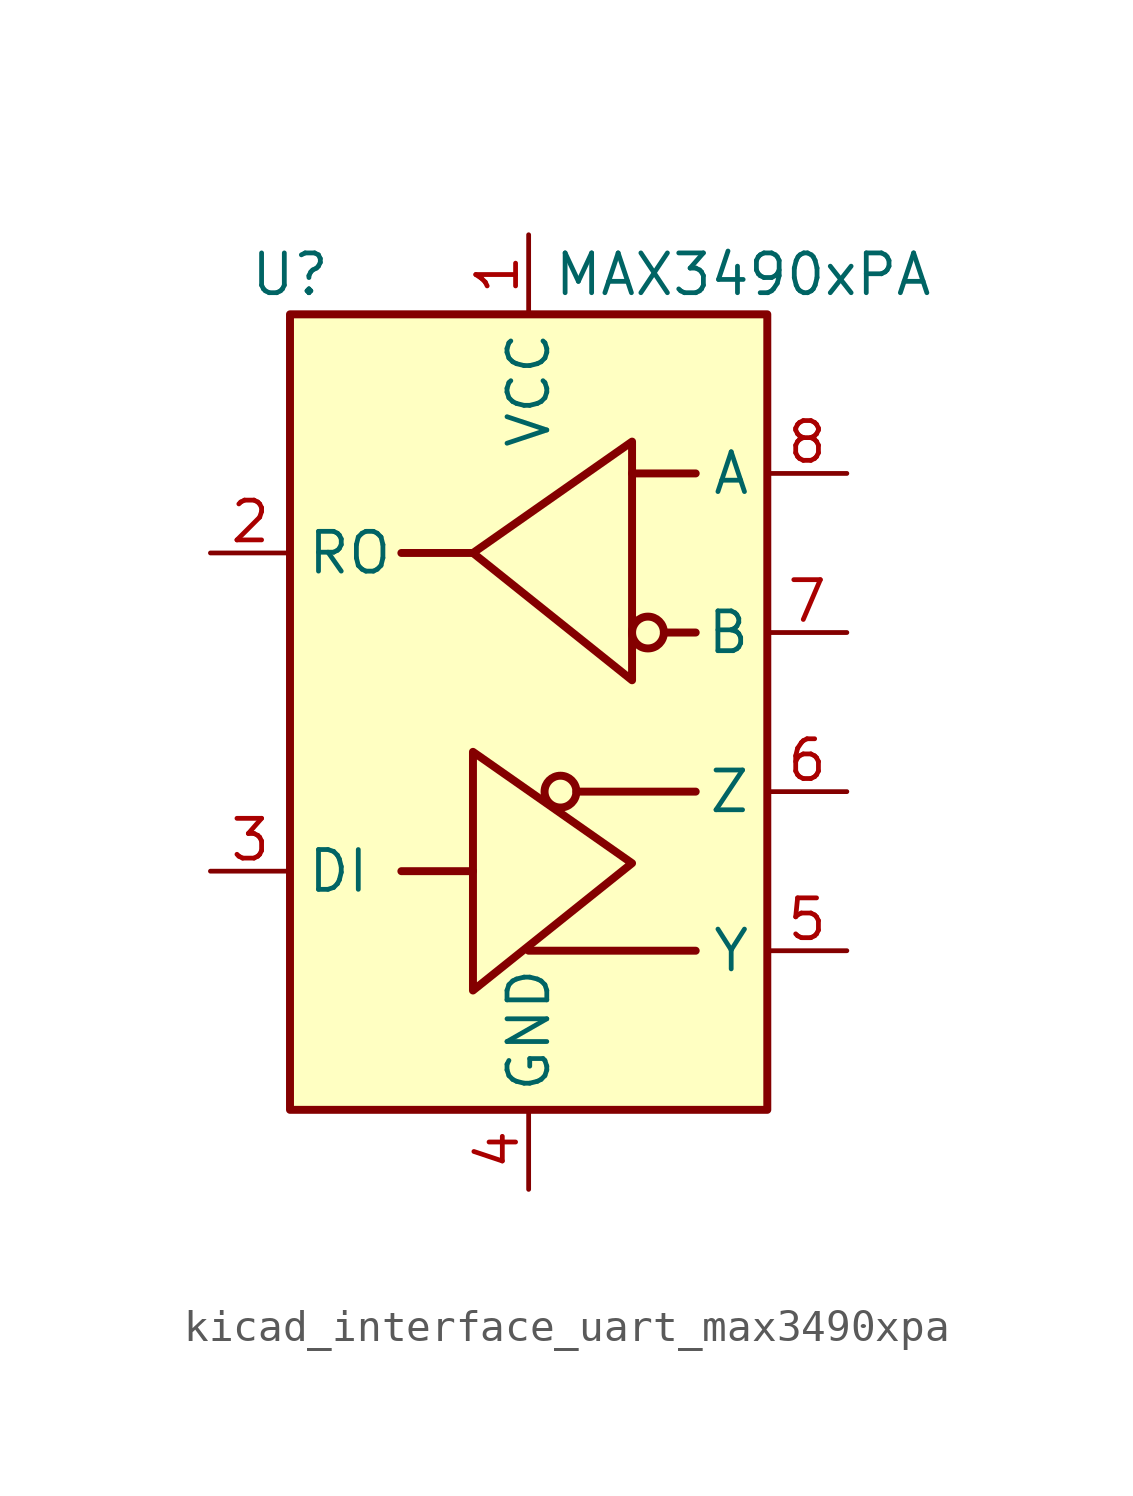
<source format=kicad_sym>
(kicad_symbol_lib
  (version 20220914)
  (generator kicad_symbol_editor)
  (symbol "kicad_interface_uart_max3490xpa"
    (property "Reference" "U"
      (at -7.62 13.97 0)
      (effects (font (size 1.27 1.27))))
    (property "Value" "MAX3490xPA"
      (at 0.762 13.97 0)
      (effects (font (size 1.27 1.27)) (justify left)))
    (symbol "kicad_interface_uart_max3490xpa_0_1"
      (rectangle (start -7.62 12.7) (end 7.62 -12.7) (stroke (width 0.254) (type default)) (fill (type background)))
      (polyline (pts (xy -1.778 -5.08) (xy -4.064 -5.08)) (stroke (width 0.254) (type default)) (fill (type none)))
      (polyline (pts (xy -1.778 5.08) (xy -4.064 5.08)) (stroke (width 0.254) (type default)) (fill (type none)))
      (polyline (pts (xy 0 -7.62) (xy 5.334 -7.62)) (stroke (width 0.254) (type default)) (fill (type none)))
      (polyline (pts (xy 1.524 -2.54) (xy 5.334 -2.54)) (stroke (width 0.254) (type default)) (fill (type none)))
      (polyline (pts (xy 3.302 7.62) (xy 5.334 7.62)) (stroke (width 0.254) (type default)) (fill (type none)))
      (polyline (pts (xy 4.318 2.54) (xy 5.334 2.54)) (stroke (width 0.254) (type default)) (fill (type none)))
      (polyline (pts (xy -1.778 -5.08) (xy -1.778 -1.27) (xy 3.302 -4.826) (xy -1.778 -8.89) (xy -1.778 -5.08)) (stroke (width 0.254) (type default)) (fill (type none)))
      (circle (center 1.016 -2.54) (radius 0.508) (stroke (width 0.254) (type default)) (fill (type none))))
    (symbol "kicad_interface_uart_max3490xpa_1_1"
      (polyline (pts (xy 3.302 4.826) (xy 3.302 8.636) (xy -1.778 5.08) (xy 3.302 1.016) (xy 3.302 4.826)) (stroke (width 0.254) (type default)) (fill (type none)))
      (circle (center 3.81 2.54) (radius 0.508) (stroke (width 0.254) (type default)) (fill (type none)))
      (pin power_in line (at 0 15.24 270) (length 2.54) (name "VCC" (effects (font (size 1.27 1.27)))) (number "1" (effects (font (size 1.27 1.27)))))
      (pin output line (at -10.16 5.08 0) (length 2.54) (name "RO" (effects (font (size 1.27 1.27)))) (number "2" (effects (font (size 1.27 1.27)))))
      (pin input line (at -10.16 -5.08 0) (length 2.54) (name "DI" (effects (font (size 1.27 1.27)))) (number "3" (effects (font (size 1.27 1.27)))))
      (pin power_in line (at 0 -15.24 90) (length 2.54) (name "GND" (effects (font (size 1.27 1.27)))) (number "4" (effects (font (size 1.27 1.27)))))
      (pin output line (at 10.16 -7.62 180) (length 2.54) (name "Y" (effects (font (size 1.27 1.27)))) (number "5" (effects (font (size 1.27 1.27)))))
      (pin output line (at 10.16 -2.54 180) (length 2.54) (name "Z" (effects (font (size 1.27 1.27)))) (number "6" (effects (font (size 1.27 1.27)))))
      (pin input line (at 10.16 2.54 180) (length 2.54) (name "B" (effects (font (size 1.27 1.27)))) (number "7" (effects (font (size 1.27 1.27)))))
      (pin input line (at 10.16 7.62 180) (length 2.54) (name "A" (effects (font (size 1.27 1.27)))) (number "8" (effects (font (size 1.27 1.27))))))))
</source>
